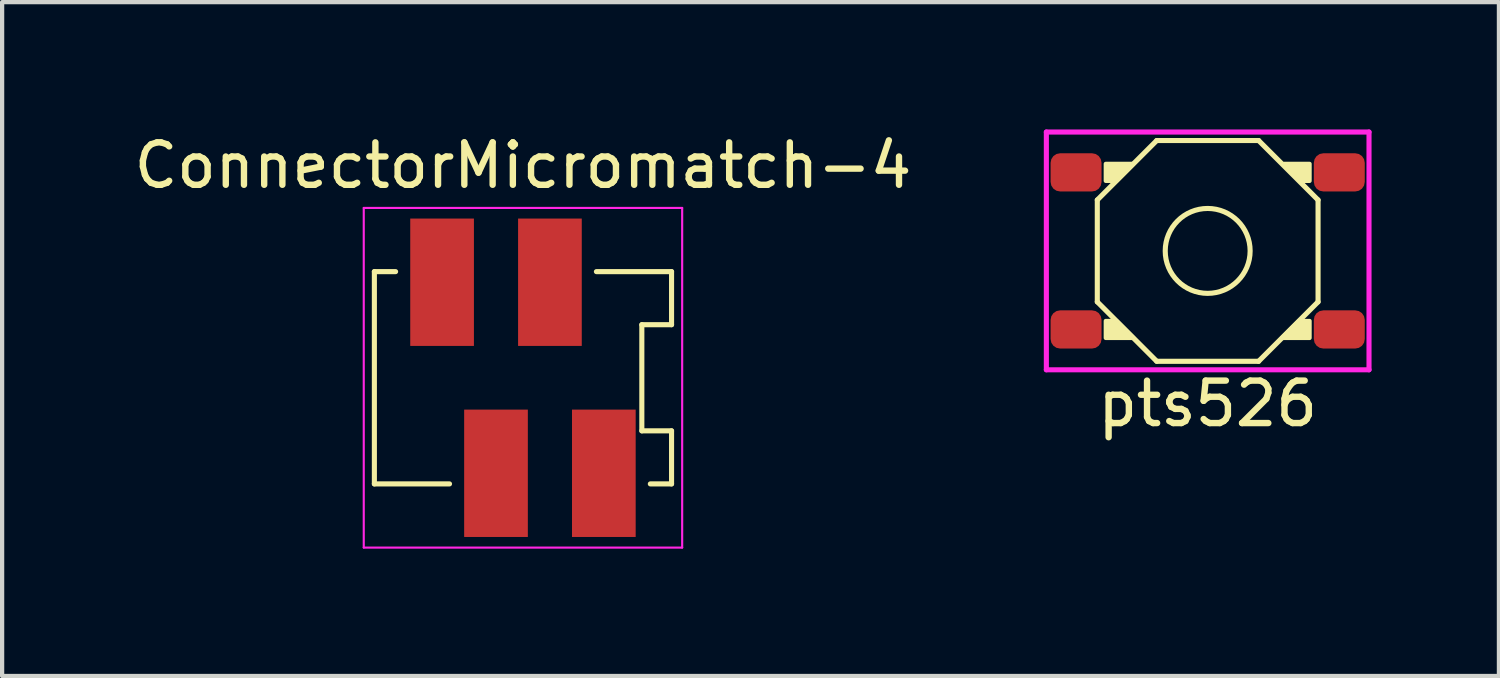
<source format=kicad_pcb>
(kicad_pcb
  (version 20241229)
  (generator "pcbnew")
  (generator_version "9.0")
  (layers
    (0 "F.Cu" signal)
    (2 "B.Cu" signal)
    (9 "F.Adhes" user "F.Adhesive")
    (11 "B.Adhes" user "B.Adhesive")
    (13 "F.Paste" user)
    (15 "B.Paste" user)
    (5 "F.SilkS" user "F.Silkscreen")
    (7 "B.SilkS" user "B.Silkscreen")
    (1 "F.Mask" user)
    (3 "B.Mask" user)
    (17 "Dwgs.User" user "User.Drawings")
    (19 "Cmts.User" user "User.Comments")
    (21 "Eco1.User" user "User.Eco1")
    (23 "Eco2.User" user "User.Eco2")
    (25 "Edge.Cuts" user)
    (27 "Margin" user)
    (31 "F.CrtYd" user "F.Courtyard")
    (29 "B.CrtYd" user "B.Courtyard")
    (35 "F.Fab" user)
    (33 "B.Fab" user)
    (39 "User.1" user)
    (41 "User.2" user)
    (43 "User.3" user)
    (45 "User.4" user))
  (footprint "pts526"
    (layer "F.Cu")
    (at 25.396 2.86)
    (property "Reference" "pts526" (at 0 3.6 0) (layer "F.SilkS") (effects (font (size 1 1) (thickness 0.15))))
    (attr through_hole)
    (fp_line (start -2.6 -1.2) (end -1.2 -2.6) (stroke (width 0.12) (type solid)) (layer "F.SilkS"))
    (fp_line (start -2.6 1.2) (end -2.6 -1.2) (stroke (width 0.12) (type solid)) (layer "F.SilkS"))
    (fp_line (start -2.6 1.2) (end -1.2 2.6) (stroke (width 0.12) (type solid)) (layer "F.SilkS"))
    (fp_line (start -1.2 -2.6) (end 1.2 -2.6) (stroke (width 0.12) (type solid)) (layer "F.SilkS"))
    (fp_line (start -1.2 2.6) (end 1.2 2.6) (stroke (width 0.12) (type solid)) (layer "F.SilkS"))
    (fp_line (start 2.6 -1.2) (end 1.2 -2.6) (stroke (width 0.12) (type solid)) (layer "F.SilkS"))
    (fp_line (start 2.6 -1.2) (end 2.6 1.2) (stroke (width 0.12) (type solid)) (layer "F.SilkS"))
    (fp_line (start 2.6 1.2) (end 1.2 2.6) (stroke (width 0.12) (type solid)) (layer "F.SilkS"))
    (fp_circle (center 0 0) (end 1 0) (stroke (width 0.12) (type solid)) (fill no) (layer "F.SilkS"))
    (fp_poly (pts (xy -2.15 -1.65) (xy -2.4 -1.65) (xy -2.4 -2.05) (xy -1.75 -2.05)) (stroke (width 0.1) (type solid)) (fill yes) (layer "F.SilkS"))
    (fp_poly (pts (xy -1.75 2.05) (xy -2.4 2.05) (xy -2.4 1.65) (xy -2.15 1.65)) (stroke (width 0.1) (type solid)) (fill yes) (layer "F.SilkS"))
    (fp_poly (pts (xy 2.4 -1.65) (xy 2.2 -1.65) (xy 1.8 -2.05) (xy 2.4 -2.05)) (stroke (width 0.1) (type solid)) (fill yes) (layer "F.SilkS"))
    (fp_poly (pts (xy 2.4 2.05) (xy 1.75 2.05) (xy 2.15 1.65) (xy 2.4 1.65)) (stroke (width 0.1) (type solid)) (fill yes) (layer "F.SilkS"))
    (fp_line (start -3.8 -2.8) (end 3.8 -2.8) (stroke (width 0.12) (type solid)) (layer "F.CrtYd"))
    (fp_line (start -3.8 2.8) (end -3.8 -2.8) (stroke (width 0.12) (type solid)) (layer "F.CrtYd"))
    (fp_line (start 3.8 -2.8) (end 3.8 2.8) (stroke (width 0.12) (type solid)) (layer "F.CrtYd"))
    (fp_line (start 3.8 2.8) (end -3.8 2.8) (stroke (width 0.12) (type solid)) (layer "F.CrtYd"))
    (pad "1" smd roundrect (at -3.1 -1.85) (size 1.2 0.9) (layers "F.Cu" "F.Mask" "F.Paste") (roundrect_rratio 0.25))
    (pad "2" smd roundrect (at 3.1 -1.85) (size 1.2 0.9) (layers "F.Cu" "F.Mask" "F.Paste") (roundrect_rratio 0.25))
    (pad "3" smd roundrect (at -3.1 1.85) (size 1.2 0.9) (layers "F.Cu" "F.Mask" "F.Paste") (roundrect_rratio 0.25))
    (pad "4" smd roundrect (at 3.1 1.85) (size 1.2 0.9) (layers "F.Cu" "F.Mask" "F.Paste") (roundrect_rratio 0.25)))
  (footprint "ConnectorMicromatch-4"
    (layer "F.Cu")
    (at 9.268 5.848)
    (property "Reference" "ConnectorMicromatch-4" (at 0 -5 0) (layer "F.SilkS") (effects (font (size 1 1) (thickness 0.15))))
    (attr smd)
    (fp_line (start -3.5 -2.5) (end -3.5 2.5) (stroke (width 0.12) (type solid)) (layer "F.SilkS"))
    (fp_line (start -3.5 2.5) (end -1.73 2.5) (stroke (width 0.12) (type solid)) (layer "F.SilkS"))
    (fp_line (start -3 -2.5) (end -3.5 -2.5) (stroke (width 0.12) (type solid)) (layer "F.SilkS"))
    (fp_line (start 1.73 -2.5) (end 3.5 -2.5) (stroke (width 0.12) (type solid)) (layer "F.SilkS"))
    (fp_line (start 2.8 -1.25) (end 2.8 1.25) (stroke (width 0.12) (type solid)) (layer "F.SilkS"))
    (fp_line (start 2.8 1.25) (end 3.5 1.25) (stroke (width 0.12) (type solid)) (layer "F.SilkS"))
    (fp_line (start 3.5 -2.5) (end 3.5 -1.25) (stroke (width 0.12) (type solid)) (layer "F.SilkS"))
    (fp_line (start 3.5 -1.25) (end 2.8 -1.25) (stroke (width 0.12) (type solid)) (layer "F.SilkS"))
    (fp_line (start 3.5 1.25) (end 3.5 2.5) (stroke (width 0.12) (type solid)) (layer "F.SilkS"))
    (fp_line (start 3.5 2.5) (end 3 2.5) (stroke (width 0.12) (type solid)) (layer "F.SilkS"))
    (fp_line (start -3.75 -4) (end 3.75 -4) (stroke (width 0.05) (type solid)) (layer "F.CrtYd"))
    (fp_line (start -3.75 4) (end -3.75 -4) (stroke (width 0.05) (type solid)) (layer "F.CrtYd"))
    (fp_line (start 3.75 -4) (end 3.75 4) (stroke (width 0.05) (type solid)) (layer "F.CrtYd"))
    (fp_line (start 3.75 4) (end -3.75 4) (stroke (width 0.05) (type solid)) (layer "F.CrtYd"))
    (pad "1" smd rect (at -1.905 -2.25) (size 1.5 3) (layers "F.Cu" "F.Mask" "F.Paste"))
    (pad "2" smd rect (at -0.635 2.25) (size 1.5 3) (layers "F.Cu" "F.Mask" "F.Paste"))
    (pad "3" smd rect (at 0.635 -2.25) (size 1.5 3) (layers "F.Cu" "F.Mask" "F.Paste"))
    (pad "4" smd rect (at 1.905 2.25) (size 1.5 3) (layers "F.Cu" "F.Mask" "F.Paste")))
  (gr_rect
    (start -3 -3)
    (end 32.256 12.873)
    (stroke (width 0.1) (type default))
    (fill no)
    (layer "Edge.Cuts")))
</source>
